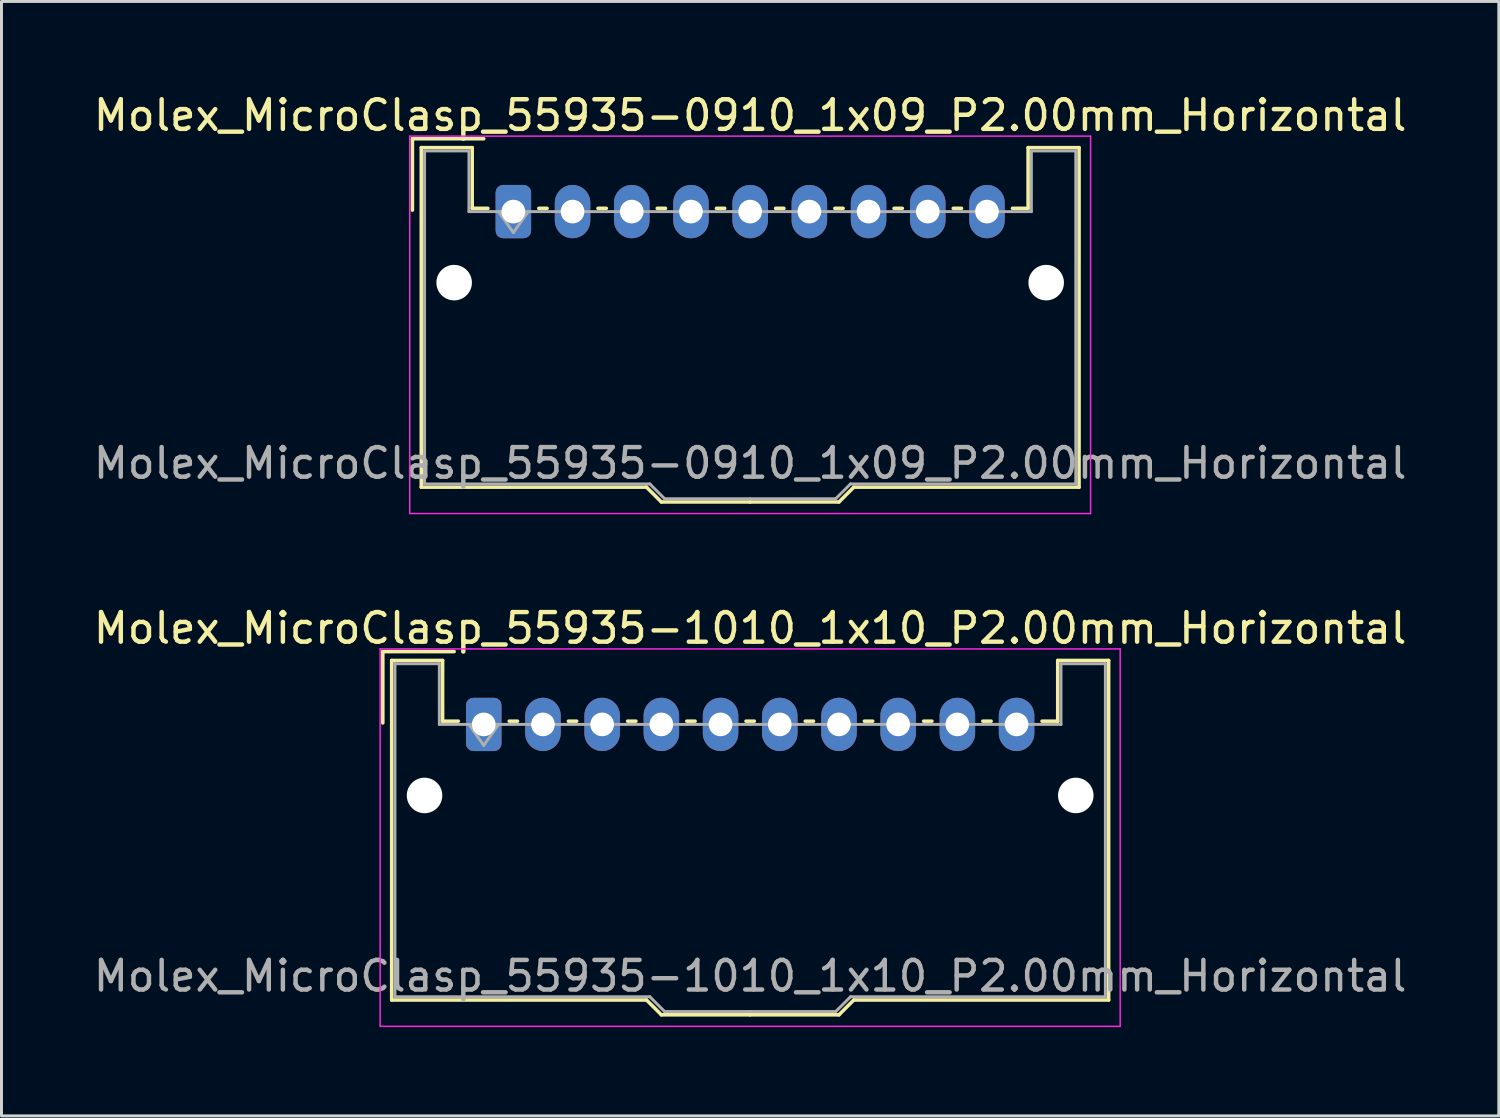
<source format=kicad_pcb>
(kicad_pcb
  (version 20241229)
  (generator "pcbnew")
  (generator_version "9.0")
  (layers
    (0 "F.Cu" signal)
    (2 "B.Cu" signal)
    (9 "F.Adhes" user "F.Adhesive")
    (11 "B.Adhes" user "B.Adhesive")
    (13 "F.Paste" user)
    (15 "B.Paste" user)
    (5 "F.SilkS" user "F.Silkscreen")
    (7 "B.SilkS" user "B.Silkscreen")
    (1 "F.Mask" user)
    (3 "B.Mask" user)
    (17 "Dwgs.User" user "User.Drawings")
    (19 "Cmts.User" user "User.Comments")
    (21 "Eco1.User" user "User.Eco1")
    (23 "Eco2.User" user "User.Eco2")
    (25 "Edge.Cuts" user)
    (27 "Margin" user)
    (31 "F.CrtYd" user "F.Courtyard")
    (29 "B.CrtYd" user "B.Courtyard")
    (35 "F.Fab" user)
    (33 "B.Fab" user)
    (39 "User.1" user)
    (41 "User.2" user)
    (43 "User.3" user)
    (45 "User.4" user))
  (footprint "Molex_MicroClasp_55935-1010_1x10_P2.00mm_Horizontal"
    (layer "F.Cu")
    (at 13.292 21.422)
    (property "Reference" "Molex_MicroClasp_55935-1010_1x10_P2.00mm_Horizontal" (at 9 -3.25 0) (layer "F.SilkS") (effects (font (size 1 1) (thickness 0.15))))
    (attr through_hole)
    (fp_line (start -3.41 -2.46) (end -1 -2.46) (stroke (width 0.12) (type solid)) (layer "F.SilkS"))
    (fp_line (start -3.41 -0.05) (end -3.41 -2.46) (stroke (width 0.12) (type solid)) (layer "F.SilkS"))
    (fp_line (start -3.11 -2.16) (end -1.39 -2.16) (stroke (width 0.12) (type solid)) (layer "F.SilkS"))
    (fp_line (start -3.11 9.31) (end -3.11 -2.16) (stroke (width 0.12) (type solid)) (layer "F.SilkS"))
    (fp_line (start -1.39 -2.16) (end -1.39 -0.11) (stroke (width 0.12) (type solid)) (layer "F.SilkS"))
    (fp_line (start -1.39 -0.11) (end -0.86 -0.11) (stroke (width 0.12) (type solid)) (layer "F.SilkS"))
    (fp_line (start 0.86 -0.11) (end 1.14 -0.11) (stroke (width 0.12) (type solid)) (layer "F.SilkS"))
    (fp_line (start 2.86 -0.11) (end 3.14 -0.11) (stroke (width 0.12) (type solid)) (layer "F.SilkS"))
    (fp_line (start 4.86 -0.11) (end 5.14 -0.11) (stroke (width 0.12) (type solid)) (layer "F.SilkS"))
    (fp_line (start 5.5 9.31) (end -3.11 9.31) (stroke (width 0.12) (type solid)) (layer "F.SilkS"))
    (fp_line (start 6 9.81) (end 5.5 9.31) (stroke (width 0.12) (type solid)) (layer "F.SilkS"))
    (fp_line (start 6.86 -0.11) (end 7.14 -0.11) (stroke (width 0.12) (type solid)) (layer "F.SilkS"))
    (fp_line (start 8.86 -0.11) (end 9.14 -0.11) (stroke (width 0.12) (type solid)) (layer "F.SilkS"))
    (fp_line (start 9 9.81) (end 6 9.81) (stroke (width 0.12) (type solid)) (layer "F.SilkS"))
    (fp_line (start 9 9.81) (end 12 9.81) (stroke (width 0.12) (type solid)) (layer "F.SilkS"))
    (fp_line (start 10.86 -0.11) (end 11.14 -0.11) (stroke (width 0.12) (type solid)) (layer "F.SilkS"))
    (fp_line (start 12 9.81) (end 12.5 9.31) (stroke (width 0.12) (type solid)) (layer "F.SilkS"))
    (fp_line (start 12.5 9.31) (end 21.11 9.31) (stroke (width 0.12) (type solid)) (layer "F.SilkS"))
    (fp_line (start 12.86 -0.11) (end 13.14 -0.11) (stroke (width 0.12) (type solid)) (layer "F.SilkS"))
    (fp_line (start 14.86 -0.11) (end 15.14 -0.11) (stroke (width 0.12) (type solid)) (layer "F.SilkS"))
    (fp_line (start 16.86 -0.11) (end 17.14 -0.11) (stroke (width 0.12) (type solid)) (layer "F.SilkS"))
    (fp_line (start 19.39 -2.16) (end 19.39 -0.11) (stroke (width 0.12) (type solid)) (layer "F.SilkS"))
    (fp_line (start 19.39 -0.11) (end 18.86 -0.11) (stroke (width 0.12) (type solid)) (layer "F.SilkS"))
    (fp_line (start 21.11 -2.16) (end 19.39 -2.16) (stroke (width 0.12) (type solid)) (layer "F.SilkS"))
    (fp_line (start 21.11 9.31) (end 21.11 -2.16) (stroke (width 0.12) (type solid)) (layer "F.SilkS"))
    (fp_line (start -3.5 -2.55) (end -3.5 10.2) (stroke (width 0.05) (type solid)) (layer "F.CrtYd"))
    (fp_line (start -3.5 10.2) (end 21.5 10.2) (stroke (width 0.05) (type solid)) (layer "F.CrtYd"))
    (fp_line (start 21.5 -2.55) (end -3.5 -2.55) (stroke (width 0.05) (type solid)) (layer "F.CrtYd"))
    (fp_line (start 21.5 10.2) (end 21.5 -2.55) (stroke (width 0.05) (type solid)) (layer "F.CrtYd"))
    (fp_line (start -3 -2.05) (end -1.5 -2.05) (stroke (width 0.1) (type solid)) (layer "F.Fab"))
    (fp_line (start -3 9.2) (end -3 -2.05) (stroke (width 0.1) (type solid)) (layer "F.Fab"))
    (fp_line (start -1.5 -2.05) (end -1.5 0) (stroke (width 0.1) (type solid)) (layer "F.Fab"))
    (fp_line (start -1.5 0) (end 9 0) (stroke (width 0.1) (type solid)) (layer "F.Fab"))
    (fp_line (start -0.5 0) (end 0 0.707) (stroke (width 0.1) (type solid)) (layer "F.Fab"))
    (fp_line (start 0 0.707) (end 0.5 0) (stroke (width 0.1) (type solid)) (layer "F.Fab"))
    (fp_line (start 5.61 9.2) (end -3 9.2) (stroke (width 0.1) (type solid)) (layer "F.Fab"))
    (fp_line (start 6.11 9.7) (end 5.61 9.2) (stroke (width 0.1) (type solid)) (layer "F.Fab"))
    (fp_line (start 9 9.7) (end 6.11 9.7) (stroke (width 0.1) (type solid)) (layer "F.Fab"))
    (fp_line (start 9 9.7) (end 11.89 9.7) (stroke (width 0.1) (type solid)) (layer "F.Fab"))
    (fp_line (start 11.89 9.7) (end 12.39 9.2) (stroke (width 0.1) (type solid)) (layer "F.Fab"))
    (fp_line (start 12.39 9.2) (end 21 9.2) (stroke (width 0.1) (type solid)) (layer "F.Fab"))
    (fp_line (start 19.5 -2.05) (end 19.5 0) (stroke (width 0.1) (type solid)) (layer "F.Fab"))
    (fp_line (start 19.5 0) (end 9 0) (stroke (width 0.1) (type solid)) (layer "F.Fab"))
    (fp_line (start 21 -2.05) (end 19.5 -2.05) (stroke (width 0.1) (type solid)) (layer "F.Fab"))
    (fp_line (start 21 9.2) (end 21 -2.05) (stroke (width 0.1) (type solid)) (layer "F.Fab"))
    (fp_text user "${REFERENCE}" (at 9 8.5 0) (layer "F.Fab") (effects (font (size 1 1) (thickness 0.15))))
    (pad "" np_thru_hole circle (at -2 2.4) (size 1.2 1.2) (drill 1.2) (layers "*.Cu" "*.Mask"))
    (pad "" np_thru_hole circle (at 20 2.4) (size 1.2 1.2) (drill 1.2) (layers "*.Cu" "*.Mask"))
    (pad "1" thru_hole roundrect (at 0 0) (size 1.2 1.8) (drill 0.8) (layers "*.Cu" "*.Mask") (roundrect_rratio 0.208))
    (pad "2" thru_hole oval (at 2 0) (size 1.2 1.8) (drill 0.8) (layers "*.Cu" "*.Mask"))
    (pad "3" thru_hole oval (at 4 0) (size 1.2 1.8) (drill 0.8) (layers "*.Cu" "*.Mask"))
    (pad "4" thru_hole oval (at 6 0) (size 1.2 1.8) (drill 0.8) (layers "*.Cu" "*.Mask"))
    (pad "5" thru_hole oval (at 8 0) (size 1.2 1.8) (drill 0.8) (layers "*.Cu" "*.Mask"))
    (pad "6" thru_hole oval (at 10 0) (size 1.2 1.8) (drill 0.8) (layers "*.Cu" "*.Mask"))
    (pad "7" thru_hole oval (at 12 0) (size 1.2 1.8) (drill 0.8) (layers "*.Cu" "*.Mask"))
    (pad "8" thru_hole oval (at 14 0) (size 1.2 1.8) (drill 0.8) (layers "*.Cu" "*.Mask"))
    (pad "9" thru_hole oval (at 16 0) (size 1.2 1.8) (drill 0.8) (layers "*.Cu" "*.Mask"))
    (pad "10" thru_hole oval (at 18 0) (size 1.2 1.8) (drill 0.8) (layers "*.Cu" "*.Mask")))
  (footprint "Molex_MicroClasp_55935-0910_1x09_P2.00mm_Horizontal"
    (layer "F.Cu")
    (at 14.292 4.098)
    (property "Reference" "Molex_MicroClasp_55935-0910_1x09_P2.00mm_Horizontal" (at 8 -3.25 0) (layer "F.SilkS") (effects (font (size 1 1) (thickness 0.15))))
    (attr through_hole)
    (fp_line (start -3.41 -2.46) (end -1 -2.46) (stroke (width 0.12) (type solid)) (layer "F.SilkS"))
    (fp_line (start -3.41 -0.05) (end -3.41 -2.46) (stroke (width 0.12) (type solid)) (layer "F.SilkS"))
    (fp_line (start -3.11 -2.16) (end -1.39 -2.16) (stroke (width 0.12) (type solid)) (layer "F.SilkS"))
    (fp_line (start -3.11 9.31) (end -3.11 -2.16) (stroke (width 0.12) (type solid)) (layer "F.SilkS"))
    (fp_line (start -1.39 -2.16) (end -1.39 -0.11) (stroke (width 0.12) (type solid)) (layer "F.SilkS"))
    (fp_line (start -1.39 -0.11) (end -0.86 -0.11) (stroke (width 0.12) (type solid)) (layer "F.SilkS"))
    (fp_line (start 0.86 -0.11) (end 1.14 -0.11) (stroke (width 0.12) (type solid)) (layer "F.SilkS"))
    (fp_line (start 2.86 -0.11) (end 3.14 -0.11) (stroke (width 0.12) (type solid)) (layer "F.SilkS"))
    (fp_line (start 4.5 9.31) (end -3.11 9.31) (stroke (width 0.12) (type solid)) (layer "F.SilkS"))
    (fp_line (start 4.86 -0.11) (end 5.14 -0.11) (stroke (width 0.12) (type solid)) (layer "F.SilkS"))
    (fp_line (start 5 9.81) (end 4.5 9.31) (stroke (width 0.12) (type solid)) (layer "F.SilkS"))
    (fp_line (start 6.86 -0.11) (end 7.14 -0.11) (stroke (width 0.12) (type solid)) (layer "F.SilkS"))
    (fp_line (start 8 9.81) (end 5 9.81) (stroke (width 0.12) (type solid)) (layer "F.SilkS"))
    (fp_line (start 8 9.81) (end 11 9.81) (stroke (width 0.12) (type solid)) (layer "F.SilkS"))
    (fp_line (start 8.86 -0.11) (end 9.14 -0.11) (stroke (width 0.12) (type solid)) (layer "F.SilkS"))
    (fp_line (start 10.86 -0.11) (end 11.14 -0.11) (stroke (width 0.12) (type solid)) (layer "F.SilkS"))
    (fp_line (start 11 9.81) (end 11.5 9.31) (stroke (width 0.12) (type solid)) (layer "F.SilkS"))
    (fp_line (start 11.5 9.31) (end 19.11 9.31) (stroke (width 0.12) (type solid)) (layer "F.SilkS"))
    (fp_line (start 12.86 -0.11) (end 13.14 -0.11) (stroke (width 0.12) (type solid)) (layer "F.SilkS"))
    (fp_line (start 14.86 -0.11) (end 15.14 -0.11) (stroke (width 0.12) (type solid)) (layer "F.SilkS"))
    (fp_line (start 17.39 -2.16) (end 17.39 -0.11) (stroke (width 0.12) (type solid)) (layer "F.SilkS"))
    (fp_line (start 17.39 -0.11) (end 16.86 -0.11) (stroke (width 0.12) (type solid)) (layer "F.SilkS"))
    (fp_line (start 19.11 -2.16) (end 17.39 -2.16) (stroke (width 0.12) (type solid)) (layer "F.SilkS"))
    (fp_line (start 19.11 9.31) (end 19.11 -2.16) (stroke (width 0.12) (type solid)) (layer "F.SilkS"))
    (fp_line (start -3.5 -2.55) (end -3.5 10.2) (stroke (width 0.05) (type solid)) (layer "F.CrtYd"))
    (fp_line (start -3.5 10.2) (end 19.5 10.2) (stroke (width 0.05) (type solid)) (layer "F.CrtYd"))
    (fp_line (start 19.5 -2.55) (end -3.5 -2.55) (stroke (width 0.05) (type solid)) (layer "F.CrtYd"))
    (fp_line (start 19.5 10.2) (end 19.5 -2.55) (stroke (width 0.05) (type solid)) (layer "F.CrtYd"))
    (fp_line (start -3 -2.05) (end -1.5 -2.05) (stroke (width 0.1) (type solid)) (layer "F.Fab"))
    (fp_line (start -3 9.2) (end -3 -2.05) (stroke (width 0.1) (type solid)) (layer "F.Fab"))
    (fp_line (start -1.5 -2.05) (end -1.5 0) (stroke (width 0.1) (type solid)) (layer "F.Fab"))
    (fp_line (start -1.5 0) (end 8 0) (stroke (width 0.1) (type solid)) (layer "F.Fab"))
    (fp_line (start -0.5 0) (end 0 0.707) (stroke (width 0.1) (type solid)) (layer "F.Fab"))
    (fp_line (start 0 0.707) (end 0.5 0) (stroke (width 0.1) (type solid)) (layer "F.Fab"))
    (fp_line (start 4.61 9.2) (end -3 9.2) (stroke (width 0.1) (type solid)) (layer "F.Fab"))
    (fp_line (start 5.11 9.7) (end 4.61 9.2) (stroke (width 0.1) (type solid)) (layer "F.Fab"))
    (fp_line (start 8 9.7) (end 5.11 9.7) (stroke (width 0.1) (type solid)) (layer "F.Fab"))
    (fp_line (start 8 9.7) (end 10.89 9.7) (stroke (width 0.1) (type solid)) (layer "F.Fab"))
    (fp_line (start 10.89 9.7) (end 11.39 9.2) (stroke (width 0.1) (type solid)) (layer "F.Fab"))
    (fp_line (start 11.39 9.2) (end 19 9.2) (stroke (width 0.1) (type solid)) (layer "F.Fab"))
    (fp_line (start 17.5 -2.05) (end 17.5 0) (stroke (width 0.1) (type solid)) (layer "F.Fab"))
    (fp_line (start 17.5 0) (end 8 0) (stroke (width 0.1) (type solid)) (layer "F.Fab"))
    (fp_line (start 19 -2.05) (end 17.5 -2.05) (stroke (width 0.1) (type solid)) (layer "F.Fab"))
    (fp_line (start 19 9.2) (end 19 -2.05) (stroke (width 0.1) (type solid)) (layer "F.Fab"))
    (fp_text user "${REFERENCE}" (at 8 8.5 0) (layer "F.Fab") (effects (font (size 1 1) (thickness 0.15))))
    (pad "" np_thru_hole circle (at -2 2.4) (size 1.2 1.2) (drill 1.2) (layers "*.Cu" "*.Mask"))
    (pad "" np_thru_hole circle (at 18 2.4) (size 1.2 1.2) (drill 1.2) (layers "*.Cu" "*.Mask"))
    (pad "1" thru_hole roundrect (at 0 0) (size 1.2 1.8) (drill 0.8) (layers "*.Cu" "*.Mask") (roundrect_rratio 0.208))
    (pad "2" thru_hole oval (at 2 0) (size 1.2 1.8) (drill 0.8) (layers "*.Cu" "*.Mask"))
    (pad "3" thru_hole oval (at 4 0) (size 1.2 1.8) (drill 0.8) (layers "*.Cu" "*.Mask"))
    (pad "4" thru_hole oval (at 6 0) (size 1.2 1.8) (drill 0.8) (layers "*.Cu" "*.Mask"))
    (pad "5" thru_hole oval (at 8 0) (size 1.2 1.8) (drill 0.8) (layers "*.Cu" "*.Mask"))
    (pad "6" thru_hole oval (at 10 0) (size 1.2 1.8) (drill 0.8) (layers "*.Cu" "*.Mask"))
    (pad "7" thru_hole oval (at 12 0) (size 1.2 1.8) (drill 0.8) (layers "*.Cu" "*.Mask"))
    (pad "8" thru_hole oval (at 14 0) (size 1.2 1.8) (drill 0.8) (layers "*.Cu" "*.Mask"))
    (pad "9" thru_hole oval (at 16 0) (size 1.2 1.8) (drill 0.8) (layers "*.Cu" "*.Mask")))
  (gr_rect
    (start -3 -3)
    (end 47.583 34.647)
    (stroke (width 0.1) (type default))
    (fill no)
    (layer "Edge.Cuts")))
</source>
